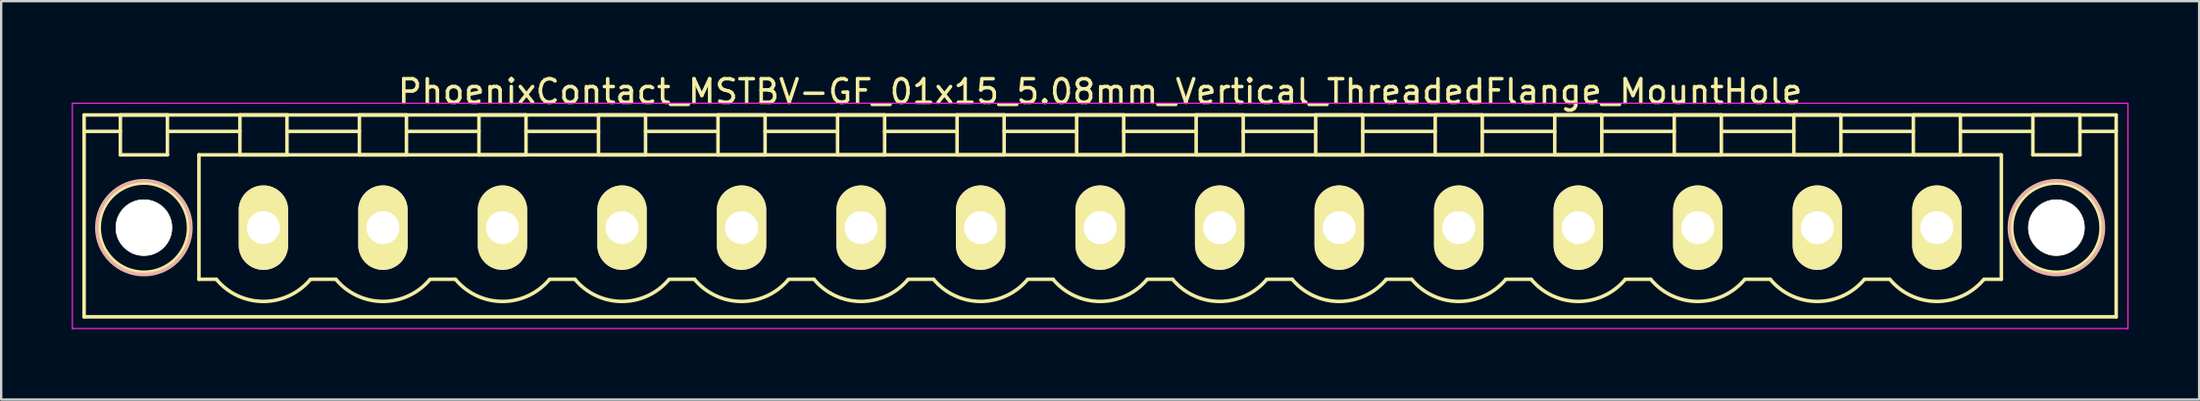
<source format=kicad_pcb>
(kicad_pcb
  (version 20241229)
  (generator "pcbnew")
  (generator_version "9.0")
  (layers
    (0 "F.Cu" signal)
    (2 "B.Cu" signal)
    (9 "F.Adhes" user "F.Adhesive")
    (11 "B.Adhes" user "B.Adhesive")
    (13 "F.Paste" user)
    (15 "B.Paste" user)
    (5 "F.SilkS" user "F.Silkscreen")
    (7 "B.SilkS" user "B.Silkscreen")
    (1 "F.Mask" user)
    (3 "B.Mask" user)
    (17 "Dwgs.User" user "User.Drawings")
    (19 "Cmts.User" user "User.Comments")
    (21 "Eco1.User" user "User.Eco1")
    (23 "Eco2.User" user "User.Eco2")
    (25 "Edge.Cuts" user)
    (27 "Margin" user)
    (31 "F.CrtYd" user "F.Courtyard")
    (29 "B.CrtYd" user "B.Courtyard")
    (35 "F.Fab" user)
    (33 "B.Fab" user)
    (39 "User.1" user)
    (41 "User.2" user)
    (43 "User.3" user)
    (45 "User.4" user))
  (footprint "PhoenixContact_MSTBV-GF_01x15_5.08mm_Vertical_ThreadedFlange_MountHole"
    (layer "F.Cu")
    (at 8.145 6.648)
    (property "Reference" "PhoenixContact_MSTBV-GF_01x15_5.08mm_Vertical_ThreadedFlange_MountHole" (at 35.56 -5.8 0) (layer "F.SilkS") (effects (font (size 1 1) (thickness 0.15))))
    (attr through_hole)
    (fp_line (start -7.62 -4.8) (end -7.62 3.8) (stroke (width 0.15) (type solid)) (layer "F.SilkS"))
    (fp_line (start -7.62 -4.1) (end -6.08 -4.1) (stroke (width 0.15) (type solid)) (layer "F.SilkS"))
    (fp_line (start -7.62 3.8) (end 78.74 3.8) (stroke (width 0.15) (type solid)) (layer "F.SilkS"))
    (fp_line (start -6.08 -4.8) (end -4.08 -4.8) (stroke (width 0.15) (type solid)) (layer "F.SilkS"))
    (fp_line (start -6.08 -3.1) (end -6.08 -4.8) (stroke (width 0.15) (type solid)) (layer "F.SilkS"))
    (fp_line (start -4.08 -4.8) (end -4.08 -3.1) (stroke (width 0.15) (type solid)) (layer "F.SilkS"))
    (fp_line (start -4.08 -4.1) (end -1 -4.1) (stroke (width 0.15) (type solid)) (layer "F.SilkS"))
    (fp_line (start -4.08 -3.1) (end -6.08 -3.1) (stroke (width 0.15) (type solid)) (layer "F.SilkS"))
    (fp_line (start -2.74 -3.1) (end 73.86 -3.1) (stroke (width 0.15) (type solid)) (layer "F.SilkS"))
    (fp_line (start -2.74 2.2) (end -2.74 -3.1) (stroke (width 0.15) (type solid)) (layer "F.SilkS"))
    (fp_line (start -2 2.2) (end -2.74 2.2) (stroke (width 0.15) (type solid)) (layer "F.SilkS"))
    (fp_line (start -1 -4.8) (end 1 -4.8) (stroke (width 0.15) (type solid)) (layer "F.SilkS"))
    (fp_line (start -1 -3.1) (end -1 -4.8) (stroke (width 0.15) (type solid)) (layer "F.SilkS"))
    (fp_line (start 1 -4.8) (end 1 -3.1) (stroke (width 0.15) (type solid)) (layer "F.SilkS"))
    (fp_line (start 1 -4.1) (end 4.08 -4.1) (stroke (width 0.15) (type solid)) (layer "F.SilkS"))
    (fp_line (start 1 -3.1) (end -1 -3.1) (stroke (width 0.15) (type solid)) (layer "F.SilkS"))
    (fp_line (start 2 2.2) (end 3.08 2.2) (stroke (width 0.15) (type solid)) (layer "F.SilkS"))
    (fp_line (start 4.08 -4.8) (end 6.08 -4.8) (stroke (width 0.15) (type solid)) (layer "F.SilkS"))
    (fp_line (start 4.08 -3.1) (end 4.08 -4.8) (stroke (width 0.15) (type solid)) (layer "F.SilkS"))
    (fp_line (start 6.08 -4.8) (end 6.08 -3.1) (stroke (width 0.15) (type solid)) (layer "F.SilkS"))
    (fp_line (start 6.08 -4.1) (end 9.16 -4.1) (stroke (width 0.15) (type solid)) (layer "F.SilkS"))
    (fp_line (start 6.08 -3.1) (end 4.08 -3.1) (stroke (width 0.15) (type solid)) (layer "F.SilkS"))
    (fp_line (start 7.08 2.2) (end 8.16 2.2) (stroke (width 0.15) (type solid)) (layer "F.SilkS"))
    (fp_line (start 9.16 -4.8) (end 11.16 -4.8) (stroke (width 0.15) (type solid)) (layer "F.SilkS"))
    (fp_line (start 9.16 -3.1) (end 9.16 -4.8) (stroke (width 0.15) (type solid)) (layer "F.SilkS"))
    (fp_line (start 11.16 -4.8) (end 11.16 -3.1) (stroke (width 0.15) (type solid)) (layer "F.SilkS"))
    (fp_line (start 11.16 -4.1) (end 14.24 -4.1) (stroke (width 0.15) (type solid)) (layer "F.SilkS"))
    (fp_line (start 11.16 -3.1) (end 9.16 -3.1) (stroke (width 0.15) (type solid)) (layer "F.SilkS"))
    (fp_line (start 12.16 2.2) (end 13.24 2.2) (stroke (width 0.15) (type solid)) (layer "F.SilkS"))
    (fp_line (start 14.24 -4.8) (end 16.24 -4.8) (stroke (width 0.15) (type solid)) (layer "F.SilkS"))
    (fp_line (start 14.24 -3.1) (end 14.24 -4.8) (stroke (width 0.15) (type solid)) (layer "F.SilkS"))
    (fp_line (start 16.24 -4.8) (end 16.24 -3.1) (stroke (width 0.15) (type solid)) (layer "F.SilkS"))
    (fp_line (start 16.24 -4.1) (end 19.32 -4.1) (stroke (width 0.15) (type solid)) (layer "F.SilkS"))
    (fp_line (start 16.24 -3.1) (end 14.24 -3.1) (stroke (width 0.15) (type solid)) (layer "F.SilkS"))
    (fp_line (start 17.24 2.2) (end 18.32 2.2) (stroke (width 0.15) (type solid)) (layer "F.SilkS"))
    (fp_line (start 19.32 -4.8) (end 21.32 -4.8) (stroke (width 0.15) (type solid)) (layer "F.SilkS"))
    (fp_line (start 19.32 -3.1) (end 19.32 -4.8) (stroke (width 0.15) (type solid)) (layer "F.SilkS"))
    (fp_line (start 21.32 -4.8) (end 21.32 -3.1) (stroke (width 0.15) (type solid)) (layer "F.SilkS"))
    (fp_line (start 21.32 -4.1) (end 24.4 -4.1) (stroke (width 0.15) (type solid)) (layer "F.SilkS"))
    (fp_line (start 21.32 -3.1) (end 19.32 -3.1) (stroke (width 0.15) (type solid)) (layer "F.SilkS"))
    (fp_line (start 22.32 2.2) (end 23.4 2.2) (stroke (width 0.15) (type solid)) (layer "F.SilkS"))
    (fp_line (start 24.4 -4.8) (end 26.4 -4.8) (stroke (width 0.15) (type solid)) (layer "F.SilkS"))
    (fp_line (start 24.4 -3.1) (end 24.4 -4.8) (stroke (width 0.15) (type solid)) (layer "F.SilkS"))
    (fp_line (start 26.4 -4.8) (end 26.4 -3.1) (stroke (width 0.15) (type solid)) (layer "F.SilkS"))
    (fp_line (start 26.4 -4.1) (end 29.48 -4.1) (stroke (width 0.15) (type solid)) (layer "F.SilkS"))
    (fp_line (start 26.4 -3.1) (end 24.4 -3.1) (stroke (width 0.15) (type solid)) (layer "F.SilkS"))
    (fp_line (start 27.4 2.2) (end 28.48 2.2) (stroke (width 0.15) (type solid)) (layer "F.SilkS"))
    (fp_line (start 29.48 -4.8) (end 31.48 -4.8) (stroke (width 0.15) (type solid)) (layer "F.SilkS"))
    (fp_line (start 29.48 -3.1) (end 29.48 -4.8) (stroke (width 0.15) (type solid)) (layer "F.SilkS"))
    (fp_line (start 31.48 -4.8) (end 31.48 -3.1) (stroke (width 0.15) (type solid)) (layer "F.SilkS"))
    (fp_line (start 31.48 -4.1) (end 34.56 -4.1) (stroke (width 0.15) (type solid)) (layer "F.SilkS"))
    (fp_line (start 31.48 -3.1) (end 29.48 -3.1) (stroke (width 0.15) (type solid)) (layer "F.SilkS"))
    (fp_line (start 32.48 2.2) (end 33.56 2.2) (stroke (width 0.15) (type solid)) (layer "F.SilkS"))
    (fp_line (start 34.56 -4.8) (end 36.56 -4.8) (stroke (width 0.15) (type solid)) (layer "F.SilkS"))
    (fp_line (start 34.56 -3.1) (end 34.56 -4.8) (stroke (width 0.15) (type solid)) (layer "F.SilkS"))
    (fp_line (start 36.56 -4.8) (end 36.56 -3.1) (stroke (width 0.15) (type solid)) (layer "F.SilkS"))
    (fp_line (start 36.56 -4.1) (end 39.64 -4.1) (stroke (width 0.15) (type solid)) (layer "F.SilkS"))
    (fp_line (start 36.56 -3.1) (end 34.56 -3.1) (stroke (width 0.15) (type solid)) (layer "F.SilkS"))
    (fp_line (start 37.56 2.2) (end 38.64 2.2) (stroke (width 0.15) (type solid)) (layer "F.SilkS"))
    (fp_line (start 39.64 -4.8) (end 41.64 -4.8) (stroke (width 0.15) (type solid)) (layer "F.SilkS"))
    (fp_line (start 39.64 -3.1) (end 39.64 -4.8) (stroke (width 0.15) (type solid)) (layer "F.SilkS"))
    (fp_line (start 41.64 -4.8) (end 41.64 -3.1) (stroke (width 0.15) (type solid)) (layer "F.SilkS"))
    (fp_line (start 41.64 -4.1) (end 44.72 -4.1) (stroke (width 0.15) (type solid)) (layer "F.SilkS"))
    (fp_line (start 41.64 -3.1) (end 39.64 -3.1) (stroke (width 0.15) (type solid)) (layer "F.SilkS"))
    (fp_line (start 42.64 2.2) (end 43.72 2.2) (stroke (width 0.15) (type solid)) (layer "F.SilkS"))
    (fp_line (start 44.72 -4.8) (end 46.72 -4.8) (stroke (width 0.15) (type solid)) (layer "F.SilkS"))
    (fp_line (start 44.72 -3.1) (end 44.72 -4.8) (stroke (width 0.15) (type solid)) (layer "F.SilkS"))
    (fp_line (start 46.72 -4.8) (end 46.72 -3.1) (stroke (width 0.15) (type solid)) (layer "F.SilkS"))
    (fp_line (start 46.72 -4.1) (end 49.8 -4.1) (stroke (width 0.15) (type solid)) (layer "F.SilkS"))
    (fp_line (start 46.72 -3.1) (end 44.72 -3.1) (stroke (width 0.15) (type solid)) (layer "F.SilkS"))
    (fp_line (start 47.72 2.2) (end 48.8 2.2) (stroke (width 0.15) (type solid)) (layer "F.SilkS"))
    (fp_line (start 49.8 -4.8) (end 51.8 -4.8) (stroke (width 0.15) (type solid)) (layer "F.SilkS"))
    (fp_line (start 49.8 -3.1) (end 49.8 -4.8) (stroke (width 0.15) (type solid)) (layer "F.SilkS"))
    (fp_line (start 51.8 -4.8) (end 51.8 -3.1) (stroke (width 0.15) (type solid)) (layer "F.SilkS"))
    (fp_line (start 51.8 -4.1) (end 54.88 -4.1) (stroke (width 0.15) (type solid)) (layer "F.SilkS"))
    (fp_line (start 51.8 -3.1) (end 49.8 -3.1) (stroke (width 0.15) (type solid)) (layer "F.SilkS"))
    (fp_line (start 52.8 2.2) (end 53.88 2.2) (stroke (width 0.15) (type solid)) (layer "F.SilkS"))
    (fp_line (start 54.88 -4.8) (end 56.88 -4.8) (stroke (width 0.15) (type solid)) (layer "F.SilkS"))
    (fp_line (start 54.88 -3.1) (end 54.88 -4.8) (stroke (width 0.15) (type solid)) (layer "F.SilkS"))
    (fp_line (start 56.88 -4.8) (end 56.88 -3.1) (stroke (width 0.15) (type solid)) (layer "F.SilkS"))
    (fp_line (start 56.88 -4.1) (end 59.96 -4.1) (stroke (width 0.15) (type solid)) (layer "F.SilkS"))
    (fp_line (start 56.88 -3.1) (end 54.88 -3.1) (stroke (width 0.15) (type solid)) (layer "F.SilkS"))
    (fp_line (start 57.88 2.2) (end 58.96 2.2) (stroke (width 0.15) (type solid)) (layer "F.SilkS"))
    (fp_line (start 59.96 -4.8) (end 61.96 -4.8) (stroke (width 0.15) (type solid)) (layer "F.SilkS"))
    (fp_line (start 59.96 -3.1) (end 59.96 -4.8) (stroke (width 0.15) (type solid)) (layer "F.SilkS"))
    (fp_line (start 61.96 -4.8) (end 61.96 -3.1) (stroke (width 0.15) (type solid)) (layer "F.SilkS"))
    (fp_line (start 61.96 -4.1) (end 65.04 -4.1) (stroke (width 0.15) (type solid)) (layer "F.SilkS"))
    (fp_line (start 61.96 -3.1) (end 59.96 -3.1) (stroke (width 0.15) (type solid)) (layer "F.SilkS"))
    (fp_line (start 62.96 2.2) (end 64.04 2.2) (stroke (width 0.15) (type solid)) (layer "F.SilkS"))
    (fp_line (start 65.04 -4.8) (end 67.04 -4.8) (stroke (width 0.15) (type solid)) (layer "F.SilkS"))
    (fp_line (start 65.04 -3.1) (end 65.04 -4.8) (stroke (width 0.15) (type solid)) (layer "F.SilkS"))
    (fp_line (start 67.04 -4.8) (end 67.04 -3.1) (stroke (width 0.15) (type solid)) (layer "F.SilkS"))
    (fp_line (start 67.04 -4.1) (end 70.12 -4.1) (stroke (width 0.15) (type solid)) (layer "F.SilkS"))
    (fp_line (start 67.04 -3.1) (end 65.04 -3.1) (stroke (width 0.15) (type solid)) (layer "F.SilkS"))
    (fp_line (start 68.04 2.2) (end 69.12 2.2) (stroke (width 0.15) (type solid)) (layer "F.SilkS"))
    (fp_line (start 70.12 -4.8) (end 72.12 -4.8) (stroke (width 0.15) (type solid)) (layer "F.SilkS"))
    (fp_line (start 70.12 -3.1) (end 70.12 -4.8) (stroke (width 0.15) (type solid)) (layer "F.SilkS"))
    (fp_line (start 72.12 -4.8) (end 72.12 -3.1) (stroke (width 0.15) (type solid)) (layer "F.SilkS"))
    (fp_line (start 72.12 -4.1) (end 75.2 -4.1) (stroke (width 0.15) (type solid)) (layer "F.SilkS"))
    (fp_line (start 72.12 -3.1) (end 70.12 -3.1) (stroke (width 0.15) (type solid)) (layer "F.SilkS"))
    (fp_line (start 73.86 -3.1) (end 73.86 2.2) (stroke (width 0.15) (type solid)) (layer "F.SilkS"))
    (fp_line (start 73.86 2.2) (end 73.12 2.2) (stroke (width 0.15) (type solid)) (layer "F.SilkS"))
    (fp_line (start 75.2 -4.8) (end 77.2 -4.8) (stroke (width 0.15) (type solid)) (layer "F.SilkS"))
    (fp_line (start 75.2 -3.1) (end 75.2 -4.8) (stroke (width 0.15) (type solid)) (layer "F.SilkS"))
    (fp_line (start 77.2 -4.8) (end 77.2 -3.1) (stroke (width 0.15) (type solid)) (layer "F.SilkS"))
    (fp_line (start 77.2 -3.1) (end 75.2 -3.1) (stroke (width 0.15) (type solid)) (layer "F.SilkS"))
    (fp_line (start 78.74 -4.8) (end -7.62 -4.8) (stroke (width 0.15) (type solid)) (layer "F.SilkS"))
    (fp_line (start 78.74 -4.1) (end 77.2 -4.1) (stroke (width 0.15) (type solid)) (layer "F.SilkS"))
    (fp_line (start 78.74 3.8) (end 78.74 -4.8) (stroke (width 0.15) (type solid)) (layer "F.SilkS"))
    (fp_arc (start 1.986842 2.215821) (mid -0.010289 3.142758) (end -2 2.2) (stroke (width 0.15) (type solid)) (layer "F.SilkS"))
    (fp_arc (start 7.066842 2.215821) (mid 5.069711 3.142758) (end 3.08 2.2) (stroke (width 0.15) (type solid)) (layer "F.SilkS"))
    (fp_arc (start 12.146842 2.215821) (mid 10.149711 3.142758) (end 8.16 2.2) (stroke (width 0.15) (type solid)) (layer "F.SilkS"))
    (fp_arc (start 17.226842 2.215821) (mid 15.229711 3.142758) (end 13.24 2.2) (stroke (width 0.15) (type solid)) (layer "F.SilkS"))
    (fp_arc (start 22.306842 2.215821) (mid 20.309711 3.142758) (end 18.32 2.2) (stroke (width 0.15) (type solid)) (layer "F.SilkS"))
    (fp_arc (start 27.386842 2.215821) (mid 25.389711 3.142758) (end 23.4 2.2) (stroke (width 0.15) (type solid)) (layer "F.SilkS"))
    (fp_arc (start 32.466842 2.215821) (mid 30.469711 3.142758) (end 28.48 2.2) (stroke (width 0.15) (type solid)) (layer "F.SilkS"))
    (fp_arc (start 37.546842 2.215821) (mid 35.549711 3.142758) (end 33.56 2.2) (stroke (width 0.15) (type solid)) (layer "F.SilkS"))
    (fp_arc (start 42.626842 2.215821) (mid 40.629711 3.142758) (end 38.64 2.2) (stroke (width 0.15) (type solid)) (layer "F.SilkS"))
    (fp_arc (start 47.706842 2.215821) (mid 45.709711 3.142758) (end 43.72 2.2) (stroke (width 0.15) (type solid)) (layer "F.SilkS"))
    (fp_arc (start 52.786842 2.215821) (mid 50.789711 3.142758) (end 48.8 2.2) (stroke (width 0.15) (type solid)) (layer "F.SilkS"))
    (fp_arc (start 57.866842 2.215821) (mid 55.869711 3.142758) (end 53.88 2.2) (stroke (width 0.15) (type solid)) (layer "F.SilkS"))
    (fp_arc (start 62.946842 2.215821) (mid 60.949711 3.142758) (end 58.96 2.2) (stroke (width 0.15) (type solid)) (layer "F.SilkS"))
    (fp_arc (start 68.026842 2.215821) (mid 66.029711 3.142758) (end 64.04 2.2) (stroke (width 0.15) (type solid)) (layer "F.SilkS"))
    (fp_arc (start 73.106842 2.215821) (mid 71.109711 3.142758) (end 69.12 2.2) (stroke (width 0.15) (type solid)) (layer "F.SilkS"))
    (fp_circle (center -5.08 0) (end -4.08 0) (stroke (width 0.15) (type solid)) (fill no) (layer "F.SilkS"))
    (fp_circle (center -5.08 0) (end -3.18 0) (stroke (width 0.15) (type solid)) (fill no) (layer "F.SilkS"))
    (fp_circle (center 76.2 0) (end 77.2 0) (stroke (width 0.15) (type solid)) (fill no) (layer "F.SilkS"))
    (fp_circle (center 76.2 0) (end 78.1 0) (stroke (width 0.15) (type solid)) (fill no) (layer "F.SilkS"))
    (fp_circle (center -5.08 0) (end -3.08 0) (stroke (width 0.15) (type solid)) (fill no) (layer "B.SilkS"))
    (fp_circle (center 76.2 0) (end 78.2 0) (stroke (width 0.15) (type solid)) (fill no) (layer "B.SilkS"))
    (fp_line (start -8.12 -5.3) (end -8.12 4.3) (stroke (width 0.05) (type solid)) (layer "F.CrtYd"))
    (fp_line (start -8.12 4.3) (end 79.24 4.3) (stroke (width 0.05) (type solid)) (layer "F.CrtYd"))
    (fp_line (start 79.24 -5.3) (end -8.12 -5.3) (stroke (width 0.05) (type solid)) (layer "F.CrtYd"))
    (fp_line (start 79.24 4.3) (end 79.24 -5.3) (stroke (width 0.05) (type solid)) (layer "F.CrtYd"))
    (pad "" np_thru_hole circle (at -5.08 0) (size 2.4 2.4) (drill 2.4) (layers "*.Cu" "*.Mask" "F.SilkS"))
    (pad "" np_thru_hole circle (at 76.2 0) (size 2.4 2.4) (drill 2.4) (layers "*.Cu" "*.Mask" "F.SilkS"))
    (pad "1" thru_hole oval (at 0 0) (size 2.1 3.6) (drill 1.4) (layers "*.Cu" "*.Mask" "F.SilkS"))
    (pad "2" thru_hole oval (at 5.08 0) (size 2.1 3.6) (drill 1.4) (layers "*.Cu" "*.Mask" "F.SilkS"))
    (pad "3" thru_hole oval (at 10.16 0) (size 2.1 3.6) (drill 1.4) (layers "*.Cu" "*.Mask" "F.SilkS"))
    (pad "4" thru_hole oval (at 15.24 0) (size 2.1 3.6) (drill 1.4) (layers "*.Cu" "*.Mask" "F.SilkS"))
    (pad "5" thru_hole oval (at 20.32 0) (size 2.1 3.6) (drill 1.4) (layers "*.Cu" "*.Mask" "F.SilkS"))
    (pad "6" thru_hole oval (at 25.4 0) (size 2.1 3.6) (drill 1.4) (layers "*.Cu" "*.Mask" "F.SilkS"))
    (pad "7" thru_hole oval (at 30.48 0) (size 2.1 3.6) (drill 1.4) (layers "*.Cu" "*.Mask" "F.SilkS"))
    (pad "8" thru_hole oval (at 35.56 0) (size 2.1 3.6) (drill 1.4) (layers "*.Cu" "*.Mask" "F.SilkS"))
    (pad "9" thru_hole oval (at 40.64 0) (size 2.1 3.6) (drill 1.4) (layers "*.Cu" "*.Mask" "F.SilkS"))
    (pad "10" thru_hole oval (at 45.72 0) (size 2.1 3.6) (drill 1.4) (layers "*.Cu" "*.Mask" "F.SilkS"))
    (pad "11" thru_hole oval (at 50.8 0) (size 2.1 3.6) (drill 1.4) (layers "*.Cu" "*.Mask" "F.SilkS"))
    (pad "12" thru_hole oval (at 55.88 0) (size 2.1 3.6) (drill 1.4) (layers "*.Cu" "*.Mask" "F.SilkS"))
    (pad "13" thru_hole oval (at 60.96 0) (size 2.1 3.6) (drill 1.4) (layers "*.Cu" "*.Mask" "F.SilkS"))
    (pad "14" thru_hole oval (at 66.04 0) (size 2.1 3.6) (drill 1.4) (layers "*.Cu" "*.Mask" "F.SilkS"))
    (pad "15" thru_hole oval (at 71.12 0) (size 2.1 3.6) (drill 1.4) (layers "*.Cu" "*.Mask" "F.SilkS")))
  (gr_rect
    (start -3 -3)
    (end 90.41 13.973)
    (stroke (width 0.1) (type default))
    (fill no)
    (layer "Edge.Cuts")))
</source>
